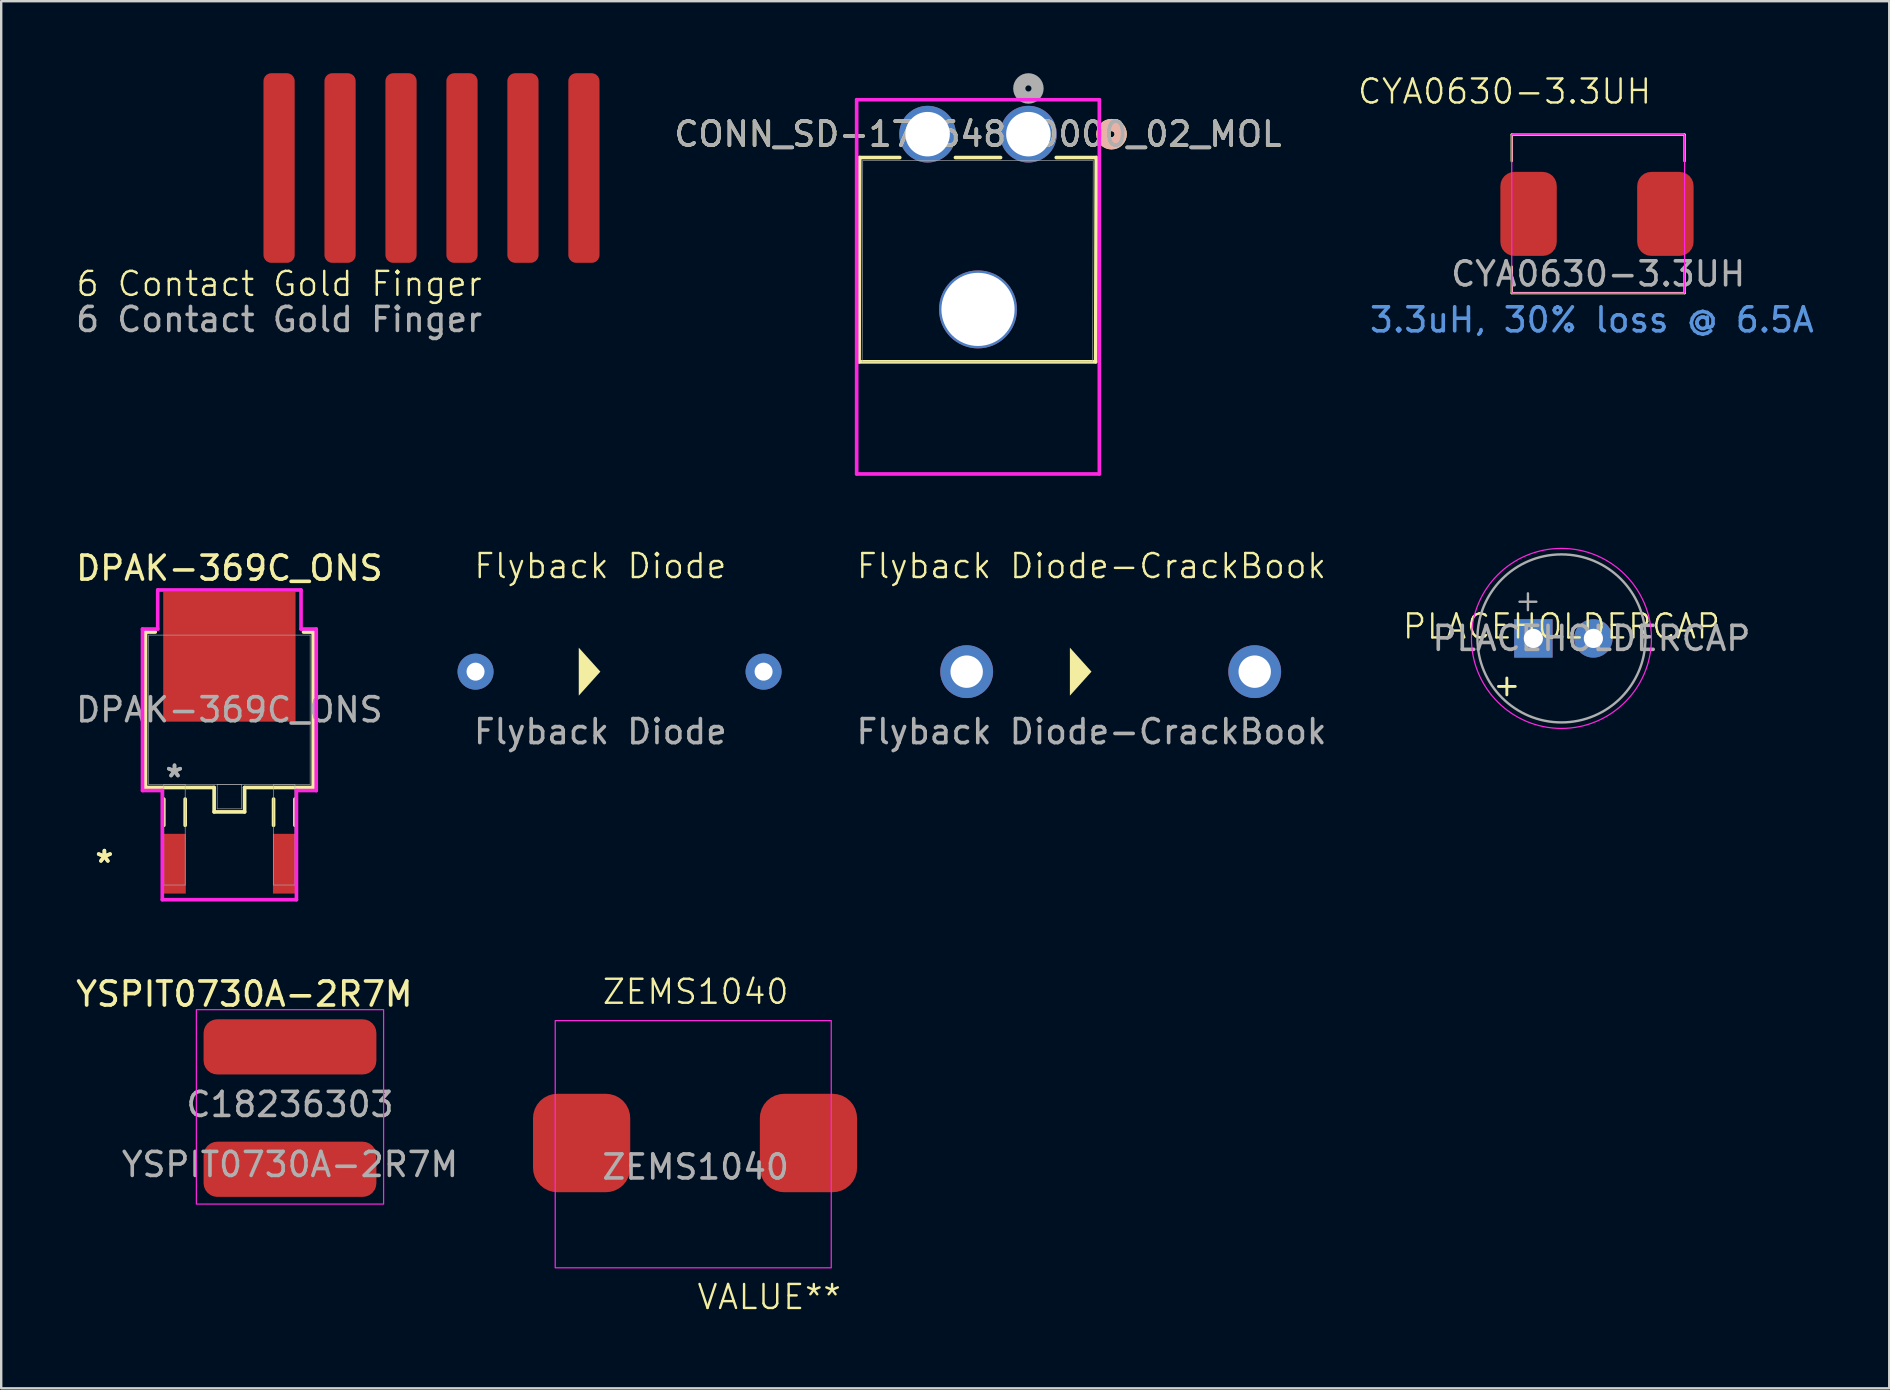
<source format=kicad_pcb>
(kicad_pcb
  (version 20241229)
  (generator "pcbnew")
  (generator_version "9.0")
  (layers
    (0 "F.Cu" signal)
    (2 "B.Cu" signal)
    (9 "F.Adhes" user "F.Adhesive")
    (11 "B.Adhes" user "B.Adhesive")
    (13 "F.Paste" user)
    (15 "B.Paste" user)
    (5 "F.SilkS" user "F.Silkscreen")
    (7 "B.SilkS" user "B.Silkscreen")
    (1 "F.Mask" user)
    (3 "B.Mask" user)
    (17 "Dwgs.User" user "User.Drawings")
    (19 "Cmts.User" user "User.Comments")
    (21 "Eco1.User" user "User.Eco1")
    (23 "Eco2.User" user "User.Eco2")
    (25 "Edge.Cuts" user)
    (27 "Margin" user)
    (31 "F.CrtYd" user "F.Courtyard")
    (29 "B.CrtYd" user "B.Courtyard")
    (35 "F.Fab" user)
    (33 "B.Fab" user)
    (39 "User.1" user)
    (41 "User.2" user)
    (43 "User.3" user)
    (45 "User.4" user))
  (footprint "CONN_SD-172648-0000_02_MOL"
    (layer "F.Cu")
    (at 39.795 2.54)
    (property "Reference" "CONN_SD-172648-0000_02_MOL" (at -2.1 0 0) (unlocked yes) (layer "F.SilkS") (effects (font (size 1 1) (thickness 0.15))))
    (attr through_hole exclude_from_pos_files exclude_from_bom)
    (fp_line (start -7.054 9.484) (end 2.802 9.484) (stroke (width 0.152) (type solid)) (layer "F.SilkS"))
    (fp_line (start -7.028 0.973) (end -7.054 9.484) (stroke (width 0.152) (type solid)) (layer "F.SilkS"))
    (fp_line (start -5.36 0.973) (end -7.028 0.973) (stroke (width 0.152) (type solid)) (layer "F.SilkS"))
    (fp_line (start -1.16 0.973) (end -3.04 0.973) (stroke (width 0.152) (type solid)) (layer "F.SilkS"))
    (fp_line (start 2.802 9.484) (end 2.828 0.973) (stroke (width 0.152) (type solid)) (layer "F.SilkS"))
    (fp_line (start 2.828 0.973) (end 1.16 0.973) (stroke (width 0.152) (type solid)) (layer "F.SilkS"))
    (fp_circle (center 3.463 0) (end 3.844 0) (stroke (width 0.508) (type solid)) (fill no) (layer "F.SilkS"))
    (fp_circle (center 3.463 0) (end 3.844 0) (stroke (width 0.508) (type solid)) (fill no) (layer "B.SilkS"))
    (fp_line (start -7.155 -1.435) (end -7.155 14.156) (stroke (width 0.152) (type solid)) (layer "F.CrtYd"))
    (fp_line (start -7.155 14.156) (end 2.955 14.156) (stroke (width 0.152) (type solid)) (layer "F.CrtYd"))
    (fp_line (start 2.955 -1.435) (end -7.155 -1.435) (stroke (width 0.152) (type solid)) (layer "F.CrtYd"))
    (fp_line (start 2.955 14.156) (end 2.955 -1.435) (stroke (width 0.152) (type solid)) (layer "F.CrtYd"))
    (fp_line (start -6.927 9.484) (end 2.675 9.484) (stroke (width 0.025) (type solid)) (layer "F.Fab"))
    (fp_line (start -6.901 1.1) (end -6.927 9.484) (stroke (width 0.025) (type solid)) (layer "F.Fab"))
    (fp_line (start 2.675 9.484) (end 2.701 1.1) (stroke (width 0.025) (type solid)) (layer "F.Fab"))
    (fp_line (start 2.701 1.1) (end -6.901 1.1) (stroke (width 0.025) (type solid)) (layer "F.Fab"))
    (fp_circle (center 0 -1.905) (end 0.381 -1.905) (stroke (width 0.508) (type solid)) (fill no) (layer "F.Fab"))
    (fp_text user "${REFERENCE}" (at -2.1 0 0) (unlocked yes) (layer "F.Fab") (effects (font (size 1 1) (thickness 0.15))))
    (pad "1" thru_hole circle (at 0 0) (size 2.362 2.362) (drill 1.854) (layers "*.Cu" "*.Mask"))
    (pad "2" thru_hole circle (at -4.2 0) (size 2.362 2.362) (drill 1.854) (layers "*.Cu" "*.Mask"))
    (pad "3" thru_hole circle (at -2.1 7.3) (size 3.248 3.248) (drill 3.048) (layers "*.Cu" "*.Mask")))
  (footprint "YSPIT0730A-2R7M"
    (layer "F.Cu")
    (at 9.031 42.964)
    (property "Reference" "YSPIT0730A-2R7M" (at -1.9 -4.6 0) (unlocked yes) (layer "F.SilkS") (effects (font (size 1 1) (thickness 0.154))))
    (property "LCSC" "C18236303" (at 0 0 0) (layer "F.Fab") (effects (font (size 1 1) (thickness 0.15))))
    (attr smd)
    (fp_rect (start -3.9 -3.95) (end 3.9 4.15) (stroke (width 0.05) (type default)) (fill no) (layer "F.CrtYd"))
    (fp_text user "${REFERENCE}" (at 0 2.5 0) (unlocked yes) (layer "F.Fab") (effects (font (size 1 1) (thickness 0.15))))
    (pad "1" smd roundrect (at 0 -2.4) (size 7.2 2.3) (layers "F.Cu" "F.Mask" "F.Paste") (roundrect_rratio 0.25))
    (pad "2" smd roundrect (at 0 2.7) (size 7.2 2.3) (layers "F.Cu" "F.Mask" "F.Paste") (roundrect_rratio 0.25)))
  (footprint "Flyback Diode-CrackBook"
    (layer "F.Cu")
    (at 42.423 24.932)
    (property "Reference" "Flyback Diode-CrackBook" (at 0 -4.4 0) (unlocked yes) (layer "F.SilkS") (effects (font (size 1 1) (thickness 0.1))))
    (attr through_hole)
    (fp_poly (pts (xy -0.9 1) (xy -0.9 -1) (xy 0 0)) (stroke (width 0) (type solid)) (fill yes) (layer "F.SilkS"))
    (fp_text user "${REFERENCE}" (at 0 2.5 0) (unlocked yes) (layer "F.Fab") (effects (font (size 1 1) (thickness 0.15))))
    (pad "1" thru_hole circle (at -5.2 0 90) (size 2.2 2.2) (drill 1.35) (layers "*.Cu" "*.Mask"))
    (pad "2" thru_hole circle (at 6.8 0 90) (size 2.2 2.2) (drill 1.35) (layers "*.Cu" "*.Mask")))
  (footprint "6 Contact Gold Finger"
    (layer "F.Cu")
    (at 8.577 7.76)
    (property "Reference" "6 Contact Gold Finger" (at 0 1.016 0) (unlocked yes) (layer "F.SilkS") (effects (font (size 1 1) (thickness 0.1))))
    (attr smd)
    (fp_text user "${REFERENCE}" (at 0 2.5 0) (unlocked yes) (layer "F.Fab") (effects (font (size 1 1) (thickness 0.15))))
    (pad "1" smd roundrect (at 0 -3.81 180) (size 1.3 7.9) (layers "F.Cu" "F.Mask" "F.Paste") (roundrect_rratio 0.25))
    (pad "2" smd roundrect (at 2.54 -3.81 180) (size 1.3 7.9) (layers "F.Cu" "F.Mask" "F.Paste") (roundrect_rratio 0.25))
    (pad "3" smd roundrect (at 5.08 -3.81 180) (size 1.3 7.9) (layers "F.Cu" "F.Mask" "F.Paste") (roundrect_rratio 0.25))
    (pad "4" smd roundrect (at 7.62 -3.81 180) (size 1.3 7.9) (layers "F.Cu" "F.Mask" "F.Paste") (roundrect_rratio 0.25))
    (pad "5" smd roundrect (at 10.16 -3.81 180) (size 1.3 7.9) (layers "F.Cu" "F.Mask" "F.Paste") (roundrect_rratio 0.25))
    (pad "6" smd roundrect (at 12.7 -3.81 180) (size 1.3 7.9) (layers "F.Cu" "F.Mask" "F.Paste") (roundrect_rratio 0.25)))
  (footprint "PLACEHOLDERCAP"
    (layer "F.Cu")
    (at 62.002 23.547)
    (property "Reference" "PLACEHOLDERCAP" (at 0 -0.5 0) (unlocked yes) (layer "F.SilkS") (effects (font (size 1 1) (thickness 0.1))))
    (attr through_hole)
    (fp_line (start -2.625 2) (end -1.925 2) (stroke (width 0.12) (type solid)) (layer "F.SilkS"))
    (fp_line (start -2.275 1.65) (end -2.275 2.35) (stroke (width 0.12) (type solid)) (layer "F.SilkS"))
    (fp_circle (center 0 0) (end 3.75 0) (stroke (width 0.05) (type solid)) (fill no) (layer "F.CrtYd"))
    (fp_line (start -1.746 -1.528) (end -1.046 -1.528) (stroke (width 0.1) (type solid)) (layer "F.Fab"))
    (fp_line (start -1.396 -1.877) (end -1.396 -1.177) (stroke (width 0.1) (type solid)) (layer "F.Fab"))
    (fp_circle (center 0 0) (end 3.5 0) (stroke (width 0.1) (type solid)) (fill no) (layer "F.Fab"))
    (fp_text user "${REFERENCE}" (at 1.25 0 0) (layer "F.Fab") (effects (font (size 1 1) (thickness 0.15))))
    (pad "1" thru_hole rect (at -1.17 0) (size 1.6 1.6) (drill 0.8) (layers "*.Cu" "*.Mask"))
    (pad "2" thru_hole circle (at 1.33 0) (size 1.6 1.6) (drill 0.8) (layers "*.Cu" "*.Mask")))
  (footprint "CYA0630-3.3UH"
    (layer "F.Cu")
    (at 63.532 5.861)
    (property "Reference" "CYA0630-3.3UH" (at -3.9 -5.1 0) (unlocked yes) (layer "F.SilkS") (effects (font (size 1 1) (thickness 0.1))))
    (attr smd)
    (fp_line (start -3.6 -3.3) (end 3.6 -3.3) (stroke (width 0.1) (type default)) (layer "F.SilkS"))
    (fp_line (start -3.6 -2.2) (end -3.6 -3.3) (stroke (width 0.1) (type default)) (layer "F.SilkS"))
    (fp_line (start -3.6 2.2) (end -3.6 3.3) (stroke (width 0.1) (type default)) (layer "F.SilkS"))
    (fp_line (start -3.6 3.3) (end 3.6 3.3) (stroke (width 0.1) (type default)) (layer "F.SilkS"))
    (fp_line (start 3.6 -3.3) (end 3.6 -2.2) (stroke (width 0.1) (type default)) (layer "F.SilkS"))
    (fp_line (start 3.6 3.3) (end 3.6 2.3) (stroke (width 0.1) (type default)) (layer "F.SilkS"))
    (fp_rect (start -3.6 -3.3) (end 3.6 3.3) (stroke (width 0.05) (type default)) (fill no) (layer "F.CrtYd"))
    (fp_text user "3.3uH, 30% loss @ 6.5A" (at -9.6 5 0) (unlocked yes) (layer "Cmts.User") (effects (font (size 1 1) (thickness 0.15)) (justify left bottom)))
    (fp_text user "${REFERENCE}" (at 0 2.5 0) (unlocked yes) (layer "F.Fab") (effects (font (size 1 1) (thickness 0.15))))
    (pad "1" smd roundrect (at -2.9 0 90) (size 3.5 2.35) (layers "F.Cu" "F.Mask" "F.Paste") (roundrect_rratio 0.25))
    (pad "2" smd roundrect (at 2.8 0 90) (size 3.5 2.35) (layers "F.Cu" "F.Mask" "F.Paste") (roundrect_rratio 0.25)))
  (footprint "DPAK-369C_ONS"
    (layer "F.Cu")
    (at 6.506 26.52)
    (property "Reference" "DPAK-369C_ONS" (at 0 -5.9 0) (unlocked yes) (layer "F.SilkS") (effects (font (size 1 1) (thickness 0.15))))
    (attr smd)
    (fp_line (start -3.493 -3.239) (end -3.493 3.239) (stroke (width 0.152) (type solid)) (layer "F.SilkS"))
    (fp_line (start -3.493 3.239) (end -0.635 3.239) (stroke (width 0.152) (type solid)) (layer "F.SilkS"))
    (fp_line (start -3.089 -3.239) (end -3.493 -3.239) (stroke (width 0.152) (type solid)) (layer "F.SilkS"))
    (fp_line (start -2.731 3.721) (end -2.731 4.813) (stroke (width 0.152) (type solid)) (layer "F.SilkS"))
    (fp_line (start -1.841 3.721) (end -1.841 4.813) (stroke (width 0.152) (type solid)) (layer "F.SilkS"))
    (fp_line (start -0.635 3.239) (end -0.635 4.255) (stroke (width 0.152) (type solid)) (layer "F.SilkS"))
    (fp_line (start -0.635 4.255) (end 0.635 4.255) (stroke (width 0.152) (type solid)) (layer "F.SilkS"))
    (fp_line (start 0.635 3.239) (end 3.493 3.239) (stroke (width 0.152) (type solid)) (layer "F.SilkS"))
    (fp_line (start 0.635 4.255) (end 0.635 3.239) (stroke (width 0.152) (type solid)) (layer "F.SilkS"))
    (fp_line (start 1.841 3.721) (end 1.841 4.813) (stroke (width 0.152) (type solid)) (layer "F.SilkS"))
    (fp_line (start 2.731 3.721) (end 2.731 4.813) (stroke (width 0.152) (type solid)) (layer "F.SilkS"))
    (fp_line (start 3.493 -3.239) (end 3.089 -3.239) (stroke (width 0.152) (type solid)) (layer "F.SilkS"))
    (fp_line (start 3.493 3.239) (end 3.493 -3.239) (stroke (width 0.152) (type solid)) (layer "F.SilkS"))
    (fp_line (start -3.619 -3.365) (end -2.985 -3.365) (stroke (width 0.152) (type solid)) (layer "F.CrtYd"))
    (fp_line (start -3.619 3.365) (end -3.619 -3.365) (stroke (width 0.152) (type solid)) (layer "F.CrtYd"))
    (fp_line (start -2.985 -4.991) (end 2.985 -4.991) (stroke (width 0.152) (type solid)) (layer "F.CrtYd"))
    (fp_line (start -2.985 -3.365) (end -2.985 -4.991) (stroke (width 0.152) (type solid)) (layer "F.CrtYd"))
    (fp_line (start -2.794 3.365) (end -3.619 3.365) (stroke (width 0.152) (type solid)) (layer "F.CrtYd"))
    (fp_line (start -2.794 7.912) (end -2.794 3.365) (stroke (width 0.152) (type solid)) (layer "F.CrtYd"))
    (fp_line (start 2.794 3.365) (end 2.794 7.912) (stroke (width 0.152) (type solid)) (layer "F.CrtYd"))
    (fp_line (start 2.794 7.912) (end -2.794 7.912) (stroke (width 0.152) (type solid)) (layer "F.CrtYd"))
    (fp_line (start 2.985 -4.991) (end 2.985 -3.365) (stroke (width 0.152) (type solid)) (layer "F.CrtYd"))
    (fp_line (start 2.985 -3.365) (end 3.619 -3.365) (stroke (width 0.152) (type solid)) (layer "F.CrtYd"))
    (fp_line (start 3.619 -3.365) (end 3.619 3.365) (stroke (width 0.152) (type solid)) (layer "F.CrtYd"))
    (fp_line (start 3.619 3.365) (end 2.794 3.365) (stroke (width 0.152) (type solid)) (layer "F.CrtYd"))
    (fp_line (start -3.365 -3.111) (end -3.365 3.111) (stroke (width 0.025) (type solid)) (layer "F.Fab"))
    (fp_line (start -3.365 3.111) (end 3.365 3.111) (stroke (width 0.025) (type solid)) (layer "F.Fab"))
    (fp_line (start -2.731 3.111) (end -2.731 7.303) (stroke (width 0.025) (type solid)) (layer "F.Fab"))
    (fp_line (start -2.731 7.303) (end -1.841 7.303) (stroke (width 0.025) (type solid)) (layer "F.Fab"))
    (fp_line (start -1.841 3.111) (end -2.731 3.111) (stroke (width 0.025) (type solid)) (layer "F.Fab"))
    (fp_line (start -1.841 7.303) (end -1.841 3.111) (stroke (width 0.025) (type solid)) (layer "F.Fab"))
    (fp_line (start -0.508 3.111) (end -0.508 4.128) (stroke (width 0.025) (type solid)) (layer "F.Fab"))
    (fp_line (start -0.508 4.128) (end 0.508 4.128) (stroke (width 0.025) (type solid)) (layer "F.Fab"))
    (fp_line (start 0.508 3.111) (end -0.508 3.111) (stroke (width 0.025) (type solid)) (layer "F.Fab"))
    (fp_line (start 0.508 4.128) (end 0.508 3.111) (stroke (width 0.025) (type solid)) (layer "F.Fab"))
    (fp_line (start 1.841 3.111) (end 1.841 7.303) (stroke (width 0.025) (type solid)) (layer "F.Fab"))
    (fp_line (start 1.841 7.303) (end 2.731 7.303) (stroke (width 0.025) (type solid)) (layer "F.Fab"))
    (fp_line (start 2.731 3.111) (end 1.841 3.111) (stroke (width 0.025) (type solid)) (layer "F.Fab"))
    (fp_line (start 2.731 7.303) (end 2.731 3.111) (stroke (width 0.025) (type solid)) (layer "F.Fab"))
    (fp_line (start 3.365 -3.111) (end -3.365 -3.111) (stroke (width 0.025) (type solid)) (layer "F.Fab"))
    (fp_line (start 3.365 3.111) (end 3.365 -3.111) (stroke (width 0.025) (type solid)) (layer "F.Fab"))
    (fp_text user "*" (at -5.207 6.413 0) (unlocked yes) (layer "F.SilkS") (effects (font (size 1 1) (thickness 0.15))))
    (fp_text user "*" (at -5.207 6.413 0) (layer "F.SilkS") (effects (font (size 1 1) (thickness 0.15))))
    (fp_text user "*" (at -2.286 2.857 0) (layer "F.Fab") (effects (font (size 1 1) (thickness 0.15))))
    (fp_text user "${REFERENCE}" (at 0 0 0) (unlocked yes) (layer "F.Fab") (effects (font (size 1 1) (thickness 0.15))))
    (fp_text user "*" (at -2.286 2.857 0) (unlocked yes) (layer "F.Fab") (effects (font (size 1 1) (thickness 0.15))))
    (pad "1" smd rect (at 0 -2.21) (size 5.512 5.41) (layers "F.Cu" "F.Mask" "F.Paste"))
    (pad "2" smd rect (at -2.286 6.413) (size 0.94 2.489) (layers "F.Cu" "F.Mask" "F.Paste"))
    (pad "3" smd rect (at 2.286 6.413) (size 0.94 2.489) (layers "F.Cu" "F.Mask" "F.Paste")))
  (footprint "Flyback Diode"
    (layer "F.Cu")
    (at 21.962 24.932)
    (property "Reference" "Flyback Diode" (at 0 -4.4 0) (unlocked yes) (layer "F.SilkS") (effects (font (size 1 1) (thickness 0.1))))
    (attr through_hole)
    (fp_poly (pts (xy -0.9 1) (xy -0.9 -1) (xy 0 0)) (stroke (width 0) (type solid)) (fill yes) (layer "F.SilkS"))
    (fp_text user "${REFERENCE}" (at 0 2.5 0) (unlocked yes) (layer "F.Fab") (effects (font (size 1 1) (thickness 0.15))))
    (pad "1" thru_hole circle (at -5.2 0 90) (size 1.5 1.5) (drill 0.75) (layers "*.Cu" "*.Mask"))
    (pad "2" thru_hole circle (at 6.8 0 90) (size 1.5 1.5) (drill 0.75) (layers "*.Cu" "*.Mask")))
  (footprint "ZEMS1040"
    (layer "F.Cu")
    (at 25.931 44.669)
    (property "Reference" "ZEMS1040" (at 0 -6.4 0) (unlocked yes) (layer "F.SilkS") (effects (font (size 1 1) (thickness 0.1))))
    (attr smd)
    (fp_rect (start -5.85 -5.2) (end 5.65 5.1) (stroke (width 0.05) (type default)) (fill no) (layer "F.CrtYd"))
    (fp_text user "VALUE**" (at 0 6.9 0) (unlocked yes) (layer "F.SilkS") (effects (font (size 1 1) (thickness 0.1)) (justify left bottom)))
    (fp_text user "${REFERENCE}" (at 0 0.9 0) (unlocked yes) (layer "F.Fab") (effects (font (size 1 1) (thickness 0.15))))
    (pad "1" smd roundrect (at -4.75 -0.1) (size 4.05 4.1) (layers "F.Cu" "F.Mask" "F.Paste") (roundrect_rratio 0.25))
    (pad "2" smd roundrect (at 4.7 -0.1) (size 4.05 4.1) (layers "F.Cu" "F.Mask" "F.Paste") (roundrect_rratio 0.25)))
  (gr_rect
    (start -3 -3)
    (end 75.658 54.79)
    (stroke (width 0.1) (type default))
    (fill no)
    (layer "Edge.Cuts")))
</source>
